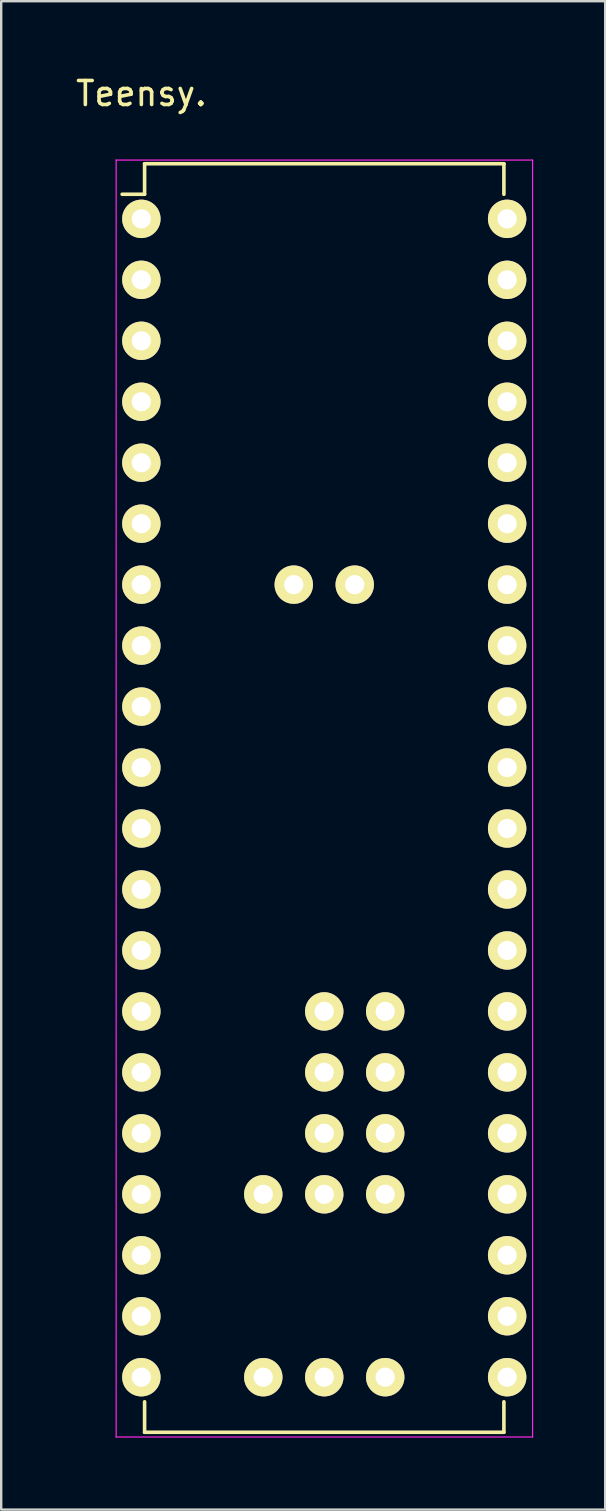
<source format=kicad_pcb>
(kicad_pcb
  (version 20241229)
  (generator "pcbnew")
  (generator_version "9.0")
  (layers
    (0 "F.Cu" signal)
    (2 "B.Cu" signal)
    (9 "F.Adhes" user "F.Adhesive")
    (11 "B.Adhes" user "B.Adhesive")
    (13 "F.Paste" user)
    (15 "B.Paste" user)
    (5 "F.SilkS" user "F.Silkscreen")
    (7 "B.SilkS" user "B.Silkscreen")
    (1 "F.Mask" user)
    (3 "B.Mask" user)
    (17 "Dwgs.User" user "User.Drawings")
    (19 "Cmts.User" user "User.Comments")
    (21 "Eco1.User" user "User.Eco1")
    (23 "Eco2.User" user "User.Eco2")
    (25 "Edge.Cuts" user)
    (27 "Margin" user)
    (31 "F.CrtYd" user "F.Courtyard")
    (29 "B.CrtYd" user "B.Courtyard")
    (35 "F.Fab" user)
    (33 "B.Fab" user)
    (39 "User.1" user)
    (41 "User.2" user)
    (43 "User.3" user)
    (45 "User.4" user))
  (footprint "Teensy."
    (layer "F.Cu")
    (at 2.839 6.068)
    (property "Reference" "Teensy." (at 0 -5.22 0) (layer "F.SilkS") (effects (font (size 1 1) (thickness 0.15))))
    (attr through_hole)
    (fp_line (start 0.135 -2.295) (end 0.135 -1.025) (stroke (width 0.15) (type solid)) (layer "F.SilkS"))
    (fp_line (start 0.135 -2.295) (end 15.105 -2.295) (stroke (width 0.15) (type solid)) (layer "F.SilkS"))
    (fp_line (start 0.135 -1.025) (end -0.8 -1.025) (stroke (width 0.15) (type solid)) (layer "F.SilkS"))
    (fp_line (start 0.135 50.555) (end 0.135 49.285) (stroke (width 0.15) (type solid)) (layer "F.SilkS"))
    (fp_line (start 0.135 50.555) (end 15.105 50.555) (stroke (width 0.15) (type solid)) (layer "F.SilkS"))
    (fp_line (start 15.105 -2.295) (end 15.105 -1.025) (stroke (width 0.15) (type solid)) (layer "F.SilkS"))
    (fp_line (start 15.105 50.555) (end 15.105 49.285) (stroke (width 0.15) (type solid)) (layer "F.SilkS"))
    (fp_line (start -1.05 -2.45) (end -1.05 50.75) (stroke (width 0.05) (type solid)) (layer "F.CrtYd"))
    (fp_line (start -1.05 -2.45) (end 16.3 -2.45) (stroke (width 0.05) (type solid)) (layer "F.CrtYd"))
    (fp_line (start -1.05 50.75) (end 16.3 50.75) (stroke (width 0.05) (type solid)) (layer "F.CrtYd"))
    (fp_line (start 16.3 -2.45) (end 16.3 50.75) (stroke (width 0.05) (type solid)) (layer "F.CrtYd"))
    (pad "1" thru_hole oval (at 0 0) (size 1.6 1.6) (drill 0.8) (layers "*.Cu" "*.Mask" "F.SilkS"))
    (pad "2" thru_hole oval (at 0 2.54) (size 1.6 1.6) (drill 0.8) (layers "*.Cu" "*.Mask" "F.SilkS"))
    (pad "3" thru_hole oval (at 0 5.08) (size 1.6 1.6) (drill 0.8) (layers "*.Cu" "*.Mask" "F.SilkS"))
    (pad "4" thru_hole oval (at 0 7.62) (size 1.6 1.6) (drill 0.8) (layers "*.Cu" "*.Mask" "F.SilkS"))
    (pad "5" thru_hole oval (at 0 10.16) (size 1.6 1.6) (drill 0.8) (layers "*.Cu" "*.Mask" "F.SilkS"))
    (pad "6" thru_hole oval (at 0 12.7) (size 1.6 1.6) (drill 0.8) (layers "*.Cu" "*.Mask" "F.SilkS"))
    (pad "7" thru_hole oval (at 0 15.24) (size 1.6 1.6) (drill 0.8) (layers "*.Cu" "*.Mask" "F.SilkS"))
    (pad "8" thru_hole oval (at 0 17.78) (size 1.6 1.6) (drill 0.8) (layers "*.Cu" "*.Mask" "F.SilkS"))
    (pad "9" thru_hole oval (at 0 20.32) (size 1.6 1.6) (drill 0.8) (layers "*.Cu" "*.Mask" "F.SilkS"))
    (pad "10" thru_hole oval (at 0 22.86) (size 1.6 1.6) (drill 0.8) (layers "*.Cu" "*.Mask" "F.SilkS"))
    (pad "11" thru_hole oval (at 0 25.4) (size 1.6 1.6) (drill 0.8) (layers "*.Cu" "*.Mask" "F.SilkS"))
    (pad "12" thru_hole oval (at 0 27.94) (size 1.6 1.6) (drill 0.8) (layers "*.Cu" "*.Mask" "F.SilkS"))
    (pad "13" thru_hole oval (at 0 30.48) (size 1.6 1.6) (drill 0.8) (layers "*.Cu" "*.Mask" "F.SilkS"))
    (pad "14" thru_hole oval (at 0 33.02) (size 1.6 1.6) (drill 0.8) (layers "*.Cu" "*.Mask" "F.SilkS"))
    (pad "15" thru_hole oval (at 0 35.56) (size 1.6 1.6) (drill 0.8) (layers "*.Cu" "*.Mask" "F.SilkS"))
    (pad "16" thru_hole oval (at 0 38.1) (size 1.6 1.6) (drill 0.8) (layers "*.Cu" "*.Mask" "F.SilkS"))
    (pad "17" thru_hole oval (at 0 40.64) (size 1.6 1.6) (drill 0.8) (layers "*.Cu" "*.Mask" "F.SilkS"))
    (pad "18" thru_hole oval (at 0 43.18) (size 1.6 1.6) (drill 0.8) (layers "*.Cu" "*.Mask" "F.SilkS"))
    (pad "19" thru_hole oval (at 0 45.72) (size 1.6 1.6) (drill 0.8) (layers "*.Cu" "*.Mask" "F.SilkS"))
    (pad "20" thru_hole oval (at 0 48.26) (size 1.6 1.6) (drill 0.8) (layers "*.Cu" "*.Mask" "F.SilkS"))
    (pad "21" thru_hole oval (at 15.24 48.26) (size 1.6 1.6) (drill 0.8) (layers "*.Cu" "*.Mask" "F.SilkS"))
    (pad "22" thru_hole oval (at 15.24 45.72) (size 1.6 1.6) (drill 0.8) (layers "*.Cu" "*.Mask" "F.SilkS"))
    (pad "23" thru_hole oval (at 15.24 43.18) (size 1.6 1.6) (drill 0.8) (layers "*.Cu" "*.Mask" "F.SilkS"))
    (pad "24" thru_hole oval (at 15.24 40.64) (size 1.6 1.6) (drill 0.8) (layers "*.Cu" "*.Mask" "F.SilkS"))
    (pad "25" thru_hole oval (at 15.24 38.1) (size 1.6 1.6) (drill 0.8) (layers "*.Cu" "*.Mask" "F.SilkS"))
    (pad "26" thru_hole oval (at 15.24 35.56) (size 1.6 1.6) (drill 0.8) (layers "*.Cu" "*.Mask" "F.SilkS"))
    (pad "27" thru_hole oval (at 15.24 33.02) (size 1.6 1.6) (drill 0.8) (layers "*.Cu" "*.Mask" "F.SilkS"))
    (pad "28" thru_hole oval (at 15.24 30.48) (size 1.6 1.6) (drill 0.8) (layers "*.Cu" "*.Mask" "F.SilkS"))
    (pad "29" thru_hole oval (at 15.24 27.94) (size 1.6 1.6) (drill 0.8) (layers "*.Cu" "*.Mask" "F.SilkS"))
    (pad "30" thru_hole oval (at 15.24 25.4) (size 1.6 1.6) (drill 0.8) (layers "*.Cu" "*.Mask" "F.SilkS"))
    (pad "31" thru_hole oval (at 15.24 22.86) (size 1.6 1.6) (drill 0.8) (layers "*.Cu" "*.Mask" "F.SilkS"))
    (pad "32" thru_hole oval (at 15.24 20.32) (size 1.6 1.6) (drill 0.8) (layers "*.Cu" "*.Mask" "F.SilkS"))
    (pad "33" thru_hole oval (at 15.24 17.78) (size 1.6 1.6) (drill 0.8) (layers "*.Cu" "*.Mask" "F.SilkS"))
    (pad "34" thru_hole oval (at 15.24 15.24) (size 1.6 1.6) (drill 0.8) (layers "*.Cu" "*.Mask" "F.SilkS"))
    (pad "35" thru_hole oval (at 15.24 12.7) (size 1.6 1.6) (drill 0.8) (layers "*.Cu" "*.Mask" "F.SilkS"))
    (pad "36" thru_hole oval (at 15.24 10.16) (size 1.6 1.6) (drill 0.8) (layers "*.Cu" "*.Mask" "F.SilkS"))
    (pad "37" thru_hole oval (at 15.24 7.62) (size 1.6 1.6) (drill 0.8) (layers "*.Cu" "*.Mask" "F.SilkS"))
    (pad "38" thru_hole oval (at 15.24 5.08) (size 1.6 1.6) (drill 0.8) (layers "*.Cu" "*.Mask" "F.SilkS"))
    (pad "39" thru_hole oval (at 15.24 2.54) (size 1.6 1.6) (drill 0.8) (layers "*.Cu" "*.Mask" "F.SilkS"))
    (pad "40" thru_hole oval (at 15.24 0) (size 1.6 1.6) (drill 0.8) (layers "*.Cu" "*.Mask" "F.SilkS"))
    (pad "41" thru_hole oval (at 5.08 48.26) (size 1.6 1.6) (drill 0.8) (layers "*.Cu" "*.Mask" "F.SilkS"))
    (pad "42" thru_hole oval (at 7.62 48.26) (size 1.6 1.6) (drill 0.8) (layers "*.Cu" "*.Mask" "F.SilkS"))
    (pad "43" thru_hole oval (at 10.16 48.26) (size 1.6 1.6) (drill 0.8) (layers "*.Cu" "*.Mask" "F.SilkS"))
    (pad "44" thru_hole oval (at 5.08 40.64) (size 1.6 1.6) (drill 0.8) (layers "*.Cu" "*.Mask" "F.SilkS"))
    (pad "45" thru_hole oval (at 7.62 33.02) (size 1.6 1.6) (drill 0.8) (layers "*.Cu" "*.Mask" "F.SilkS"))
    (pad "46" thru_hole oval (at 7.62 35.56) (size 1.6 1.6) (drill 0.8) (layers "*.Cu" "*.Mask" "F.SilkS"))
    (pad "47" thru_hole oval (at 7.62 38.1) (size 1.6 1.6) (drill 0.8) (layers "*.Cu" "*.Mask" "F.SilkS"))
    (pad "48" thru_hole oval (at 7.62 40.64) (size 1.6 1.6) (drill 0.8) (layers "*.Cu" "*.Mask" "F.SilkS"))
    (pad "49" thru_hole oval (at 10.16 40.64) (size 1.6 1.6) (drill 0.8) (layers "*.Cu" "*.Mask" "F.SilkS"))
    (pad "50" thru_hole oval (at 10.16 38.1) (size 1.6 1.6) (drill 0.8) (layers "*.Cu" "*.Mask" "F.SilkS"))
    (pad "51" thru_hole oval (at 10.16 35.56) (size 1.6 1.6) (drill 0.8) (layers "*.Cu" "*.Mask" "F.SilkS"))
    (pad "52" thru_hole oval (at 10.16 33.02) (size 1.6 1.6) (drill 0.8) (layers "*.Cu" "*.Mask" "F.SilkS"))
    (pad "53" thru_hole oval (at 8.89 15.24) (size 1.6 1.6) (drill 0.8) (layers "*.Cu" "*.Mask" "F.SilkS"))
    (pad "54" thru_hole oval (at 6.35 15.24) (size 1.6 1.6) (drill 0.8) (layers "*.Cu" "*.Mask" "F.SilkS")))
  (gr_rect
    (start -3 -3)
    (end 22.164 59.843)
    (stroke (width 0.1) (type default))
    (fill no)
    (layer "Edge.Cuts")))
</source>
